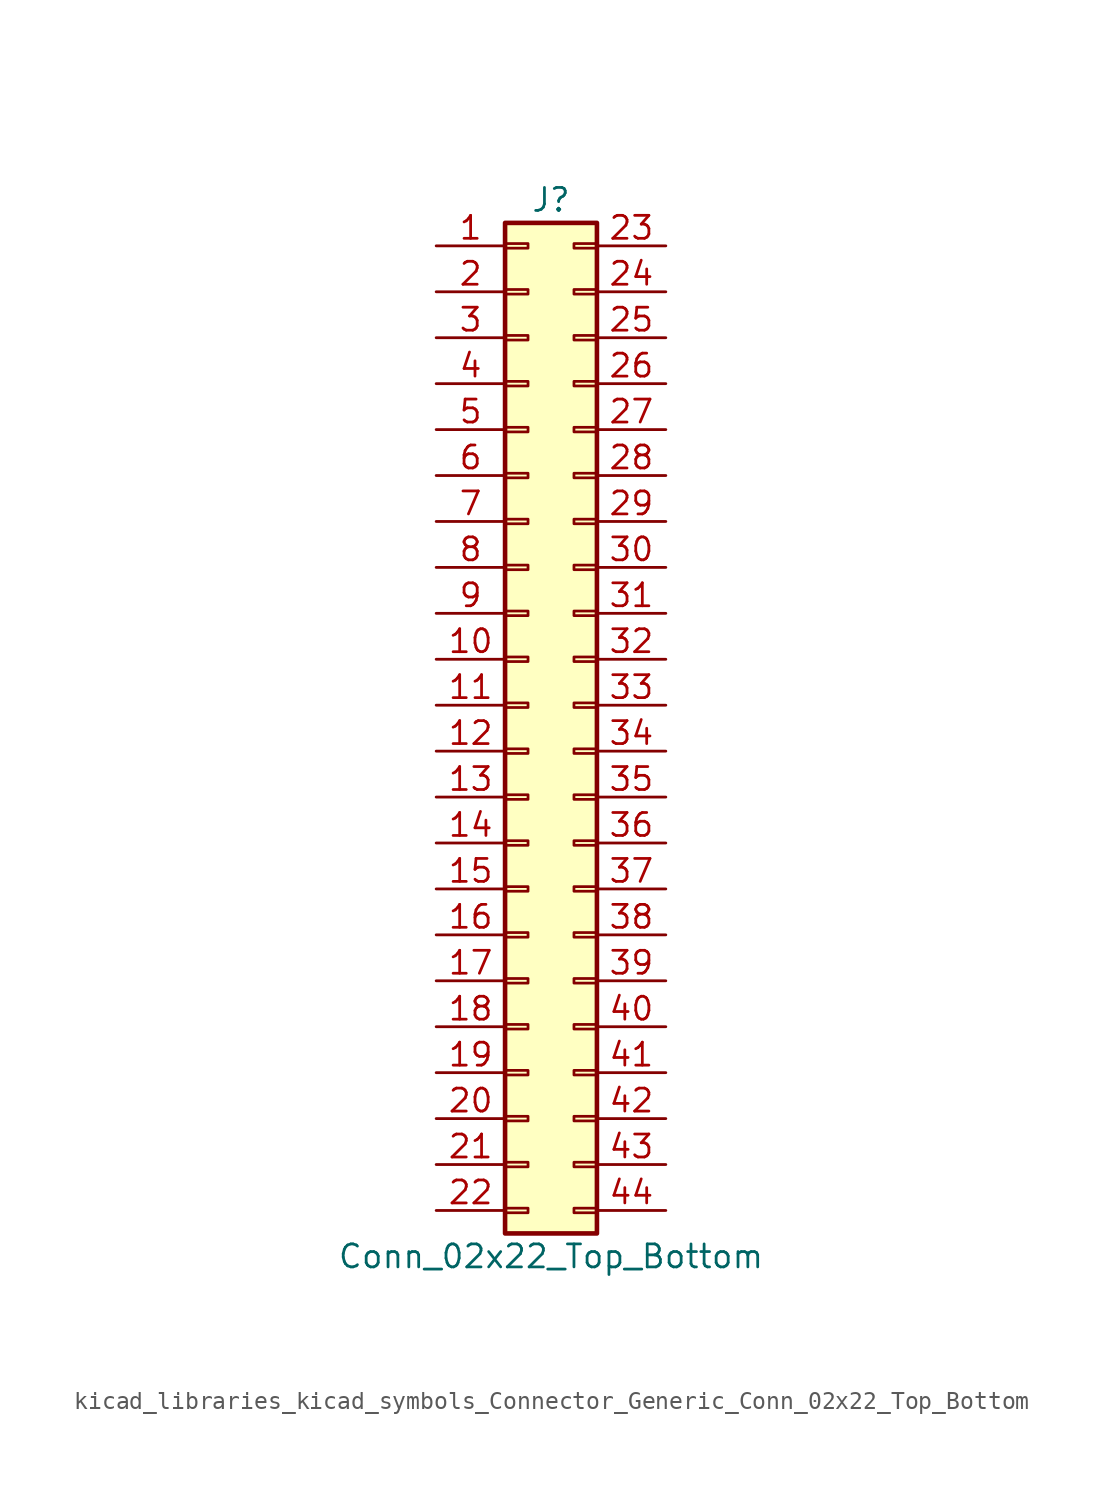
<source format=kicad_sym>
(kicad_symbol_lib
  (version 20220914)
  (generator kicad_symbol_editor)
  (symbol "kicad_libraries_kicad_symbols_Connector_Generic_Conn_02x22_Top_Bottom"
    (pin_names
      (offset 1.016) hide)
    (property "Reference" "J"
      (at 1.27 27.94 0)
      (effects (font (size 1.27 1.27))))
    (property "Value" "Conn_02x22_Top_Bottom"
      (at 1.27 -30.48 0)
      (effects (font (size 1.27 1.27))))
    (symbol "kicad_libraries_kicad_symbols_Connector_Generic_Conn_02x22_Top_Bottom_1_1"
      (rectangle (start -1.27 -27.813) (end 0 -28.067) (stroke (width 0.152) (type default)) (fill (type none)))
      (rectangle (start -1.27 -25.273) (end 0 -25.527) (stroke (width 0.152) (type default)) (fill (type none)))
      (rectangle (start -1.27 -22.733) (end 0 -22.987) (stroke (width 0.152) (type default)) (fill (type none)))
      (rectangle (start -1.27 -20.193) (end 0 -20.447) (stroke (width 0.152) (type default)) (fill (type none)))
      (rectangle (start -1.27 -17.653) (end 0 -17.907) (stroke (width 0.152) (type default)) (fill (type none)))
      (rectangle (start -1.27 -15.113) (end 0 -15.367) (stroke (width 0.152) (type default)) (fill (type none)))
      (rectangle (start -1.27 -12.573) (end 0 -12.827) (stroke (width 0.152) (type default)) (fill (type none)))
      (rectangle (start -1.27 -10.033) (end 0 -10.287) (stroke (width 0.152) (type default)) (fill (type none)))
      (rectangle (start -1.27 -7.493) (end 0 -7.747) (stroke (width 0.152) (type default)) (fill (type none)))
      (rectangle (start -1.27 -4.953) (end 0 -5.207) (stroke (width 0.152) (type default)) (fill (type none)))
      (rectangle (start -1.27 -2.413) (end 0 -2.667) (stroke (width 0.152) (type default)) (fill (type none)))
      (rectangle (start -1.27 0.127) (end 0 -0.127) (stroke (width 0.152) (type default)) (fill (type none)))
      (rectangle (start -1.27 2.667) (end 0 2.413) (stroke (width 0.152) (type default)) (fill (type none)))
      (rectangle (start -1.27 5.207) (end 0 4.953) (stroke (width 0.152) (type default)) (fill (type none)))
      (rectangle (start -1.27 7.747) (end 0 7.493) (stroke (width 0.152) (type default)) (fill (type none)))
      (rectangle (start -1.27 10.287) (end 0 10.033) (stroke (width 0.152) (type default)) (fill (type none)))
      (rectangle (start -1.27 12.827) (end 0 12.573) (stroke (width 0.152) (type default)) (fill (type none)))
      (rectangle (start -1.27 15.367) (end 0 15.113) (stroke (width 0.152) (type default)) (fill (type none)))
      (rectangle (start -1.27 17.907) (end 0 17.653) (stroke (width 0.152) (type default)) (fill (type none)))
      (rectangle (start -1.27 20.447) (end 0 20.193) (stroke (width 0.152) (type default)) (fill (type none)))
      (rectangle (start -1.27 22.987) (end 0 22.733) (stroke (width 0.152) (type default)) (fill (type none)))
      (rectangle (start -1.27 25.527) (end 0 25.273) (stroke (width 0.152) (type default)) (fill (type none)))
      (rectangle (start -1.27 26.67) (end 3.81 -29.21) (stroke (width 0.254) (type default)) (fill (type background)))
      (rectangle (start 3.81 -27.813) (end 2.54 -28.067) (stroke (width 0.152) (type default)) (fill (type none)))
      (rectangle (start 3.81 -25.273) (end 2.54 -25.527) (stroke (width 0.152) (type default)) (fill (type none)))
      (rectangle (start 3.81 -22.733) (end 2.54 -22.987) (stroke (width 0.152) (type default)) (fill (type none)))
      (rectangle (start 3.81 -20.193) (end 2.54 -20.447) (stroke (width 0.152) (type default)) (fill (type none)))
      (rectangle (start 3.81 -17.653) (end 2.54 -17.907) (stroke (width 0.152) (type default)) (fill (type none)))
      (rectangle (start 3.81 -15.113) (end 2.54 -15.367) (stroke (width 0.152) (type default)) (fill (type none)))
      (rectangle (start 3.81 -12.573) (end 2.54 -12.827) (stroke (width 0.152) (type default)) (fill (type none)))
      (rectangle (start 3.81 -10.033) (end 2.54 -10.287) (stroke (width 0.152) (type default)) (fill (type none)))
      (rectangle (start 3.81 -7.493) (end 2.54 -7.747) (stroke (width 0.152) (type default)) (fill (type none)))
      (rectangle (start 3.81 -4.953) (end 2.54 -5.207) (stroke (width 0.152) (type default)) (fill (type none)))
      (rectangle (start 3.81 -2.413) (end 2.54 -2.667) (stroke (width 0.152) (type default)) (fill (type none)))
      (rectangle (start 3.81 0.127) (end 2.54 -0.127) (stroke (width 0.152) (type default)) (fill (type none)))
      (rectangle (start 3.81 2.667) (end 2.54 2.413) (stroke (width 0.152) (type default)) (fill (type none)))
      (rectangle (start 3.81 5.207) (end 2.54 4.953) (stroke (width 0.152) (type default)) (fill (type none)))
      (rectangle (start 3.81 7.747) (end 2.54 7.493) (stroke (width 0.152) (type default)) (fill (type none)))
      (rectangle (start 3.81 10.287) (end 2.54 10.033) (stroke (width 0.152) (type default)) (fill (type none)))
      (rectangle (start 3.81 12.827) (end 2.54 12.573) (stroke (width 0.152) (type default)) (fill (type none)))
      (rectangle (start 3.81 15.367) (end 2.54 15.113) (stroke (width 0.152) (type default)) (fill (type none)))
      (rectangle (start 3.81 17.907) (end 2.54 17.653) (stroke (width 0.152) (type default)) (fill (type none)))
      (rectangle (start 3.81 20.447) (end 2.54 20.193) (stroke (width 0.152) (type default)) (fill (type none)))
      (rectangle (start 3.81 22.987) (end 2.54 22.733) (stroke (width 0.152) (type default)) (fill (type none)))
      (rectangle (start 3.81 25.527) (end 2.54 25.273) (stroke (width 0.152) (type default)) (fill (type none)))
      (pin passive line (at -5.08 25.4 0) (length 3.81) (name "Pin_1" (effects (font (size 1.27 1.27)))) (number "1" (effects (font (size 1.27 1.27)))))
      (pin passive line (at -5.08 2.54 0) (length 3.81) (name "Pin_10" (effects (font (size 1.27 1.27)))) (number "10" (effects (font (size 1.27 1.27)))))
      (pin passive line (at -5.08 0 0) (length 3.81) (name "Pin_11" (effects (font (size 1.27 1.27)))) (number "11" (effects (font (size 1.27 1.27)))))
      (pin passive line (at -5.08 -2.54 0) (length 3.81) (name "Pin_12" (effects (font (size 1.27 1.27)))) (number "12" (effects (font (size 1.27 1.27)))))
      (pin passive line (at -5.08 -5.08 0) (length 3.81) (name "Pin_13" (effects (font (size 1.27 1.27)))) (number "13" (effects (font (size 1.27 1.27)))))
      (pin passive line (at -5.08 -7.62 0) (length 3.81) (name "Pin_14" (effects (font (size 1.27 1.27)))) (number "14" (effects (font (size 1.27 1.27)))))
      (pin passive line (at -5.08 -10.16 0) (length 3.81) (name "Pin_15" (effects (font (size 1.27 1.27)))) (number "15" (effects (font (size 1.27 1.27)))))
      (pin passive line (at -5.08 -12.7 0) (length 3.81) (name "Pin_16" (effects (font (size 1.27 1.27)))) (number "16" (effects (font (size 1.27 1.27)))))
      (pin passive line (at -5.08 -15.24 0) (length 3.81) (name "Pin_17" (effects (font (size 1.27 1.27)))) (number "17" (effects (font (size 1.27 1.27)))))
      (pin passive line (at -5.08 -17.78 0) (length 3.81) (name "Pin_18" (effects (font (size 1.27 1.27)))) (number "18" (effects (font (size 1.27 1.27)))))
      (pin passive line (at -5.08 -20.32 0) (length 3.81) (name "Pin_19" (effects (font (size 1.27 1.27)))) (number "19" (effects (font (size 1.27 1.27)))))
      (pin passive line (at -5.08 22.86 0) (length 3.81) (name "Pin_2" (effects (font (size 1.27 1.27)))) (number "2" (effects (font (size 1.27 1.27)))))
      (pin passive line (at -5.08 -22.86 0) (length 3.81) (name "Pin_20" (effects (font (size 1.27 1.27)))) (number "20" (effects (font (size 1.27 1.27)))))
      (pin passive line (at -5.08 -25.4 0) (length 3.81) (name "Pin_21" (effects (font (size 1.27 1.27)))) (number "21" (effects (font (size 1.27 1.27)))))
      (pin passive line (at -5.08 -27.94 0) (length 3.81) (name "Pin_22" (effects (font (size 1.27 1.27)))) (number "22" (effects (font (size 1.27 1.27)))))
      (pin passive line (at 7.62 25.4 180) (length 3.81) (name "Pin_23" (effects (font (size 1.27 1.27)))) (number "23" (effects (font (size 1.27 1.27)))))
      (pin passive line (at 7.62 22.86 180) (length 3.81) (name "Pin_24" (effects (font (size 1.27 1.27)))) (number "24" (effects (font (size 1.27 1.27)))))
      (pin passive line (at 7.62 20.32 180) (length 3.81) (name "Pin_25" (effects (font (size 1.27 1.27)))) (number "25" (effects (font (size 1.27 1.27)))))
      (pin passive line (at 7.62 17.78 180) (length 3.81) (name "Pin_26" (effects (font (size 1.27 1.27)))) (number "26" (effects (font (size 1.27 1.27)))))
      (pin passive line (at 7.62 15.24 180) (length 3.81) (name "Pin_27" (effects (font (size 1.27 1.27)))) (number "27" (effects (font (size 1.27 1.27)))))
      (pin passive line (at 7.62 12.7 180) (length 3.81) (name "Pin_28" (effects (font (size 1.27 1.27)))) (number "28" (effects (font (size 1.27 1.27)))))
      (pin passive line (at 7.62 10.16 180) (length 3.81) (name "Pin_29" (effects (font (size 1.27 1.27)))) (number "29" (effects (font (size 1.27 1.27)))))
      (pin passive line (at -5.08 20.32 0) (length 3.81) (name "Pin_3" (effects (font (size 1.27 1.27)))) (number "3" (effects (font (size 1.27 1.27)))))
      (pin passive line (at 7.62 7.62 180) (length 3.81) (name "Pin_30" (effects (font (size 1.27 1.27)))) (number "30" (effects (font (size 1.27 1.27)))))
      (pin passive line (at 7.62 5.08 180) (length 3.81) (name "Pin_31" (effects (font (size 1.27 1.27)))) (number "31" (effects (font (size 1.27 1.27)))))
      (pin passive line (at 7.62 2.54 180) (length 3.81) (name "Pin_32" (effects (font (size 1.27 1.27)))) (number "32" (effects (font (size 1.27 1.27)))))
      (pin passive line (at 7.62 0 180) (length 3.81) (name "Pin_33" (effects (font (size 1.27 1.27)))) (number "33" (effects (font (size 1.27 1.27)))))
      (pin passive line (at 7.62 -2.54 180) (length 3.81) (name "Pin_34" (effects (font (size 1.27 1.27)))) (number "34" (effects (font (size 1.27 1.27)))))
      (pin passive line (at 7.62 -5.08 180) (length 3.81) (name "Pin_35" (effects (font (size 1.27 1.27)))) (number "35" (effects (font (size 1.27 1.27)))))
      (pin passive line (at 7.62 -7.62 180) (length 3.81) (name "Pin_36" (effects (font (size 1.27 1.27)))) (number "36" (effects (font (size 1.27 1.27)))))
      (pin passive line (at 7.62 -10.16 180) (length 3.81) (name "Pin_37" (effects (font (size 1.27 1.27)))) (number "37" (effects (font (size 1.27 1.27)))))
      (pin passive line (at 7.62 -12.7 180) (length 3.81) (name "Pin_38" (effects (font (size 1.27 1.27)))) (number "38" (effects (font (size 1.27 1.27)))))
      (pin passive line (at 7.62 -15.24 180) (length 3.81) (name "Pin_39" (effects (font (size 1.27 1.27)))) (number "39" (effects (font (size 1.27 1.27)))))
      (pin passive line (at -5.08 17.78 0) (length 3.81) (name "Pin_4" (effects (font (size 1.27 1.27)))) (number "4" (effects (font (size 1.27 1.27)))))
      (pin passive line (at 7.62 -17.78 180) (length 3.81) (name "Pin_40" (effects (font (size 1.27 1.27)))) (number "40" (effects (font (size 1.27 1.27)))))
      (pin passive line (at 7.62 -20.32 180) (length 3.81) (name "Pin_41" (effects (font (size 1.27 1.27)))) (number "41" (effects (font (size 1.27 1.27)))))
      (pin passive line (at 7.62 -22.86 180) (length 3.81) (name "Pin_42" (effects (font (size 1.27 1.27)))) (number "42" (effects (font (size 1.27 1.27)))))
      (pin passive line (at 7.62 -25.4 180) (length 3.81) (name "Pin_43" (effects (font (size 1.27 1.27)))) (number "43" (effects (font (size 1.27 1.27)))))
      (pin passive line (at 7.62 -27.94 180) (length 3.81) (name "Pin_44" (effects (font (size 1.27 1.27)))) (number "44" (effects (font (size 1.27 1.27)))))
      (pin passive line (at -5.08 15.24 0) (length 3.81) (name "Pin_5" (effects (font (size 1.27 1.27)))) (number "5" (effects (font (size 1.27 1.27)))))
      (pin passive line (at -5.08 12.7 0) (length 3.81) (name "Pin_6" (effects (font (size 1.27 1.27)))) (number "6" (effects (font (size 1.27 1.27)))))
      (pin passive line (at -5.08 10.16 0) (length 3.81) (name "Pin_7" (effects (font (size 1.27 1.27)))) (number "7" (effects (font (size 1.27 1.27)))))
      (pin passive line (at -5.08 7.62 0) (length 3.81) (name "Pin_8" (effects (font (size 1.27 1.27)))) (number "8" (effects (font (size 1.27 1.27)))))
      (pin passive line (at -5.08 5.08 0) (length 3.81) (name "Pin_9" (effects (font (size 1.27 1.27)))) (number "9" (effects (font (size 1.27 1.27))))))))
</source>
